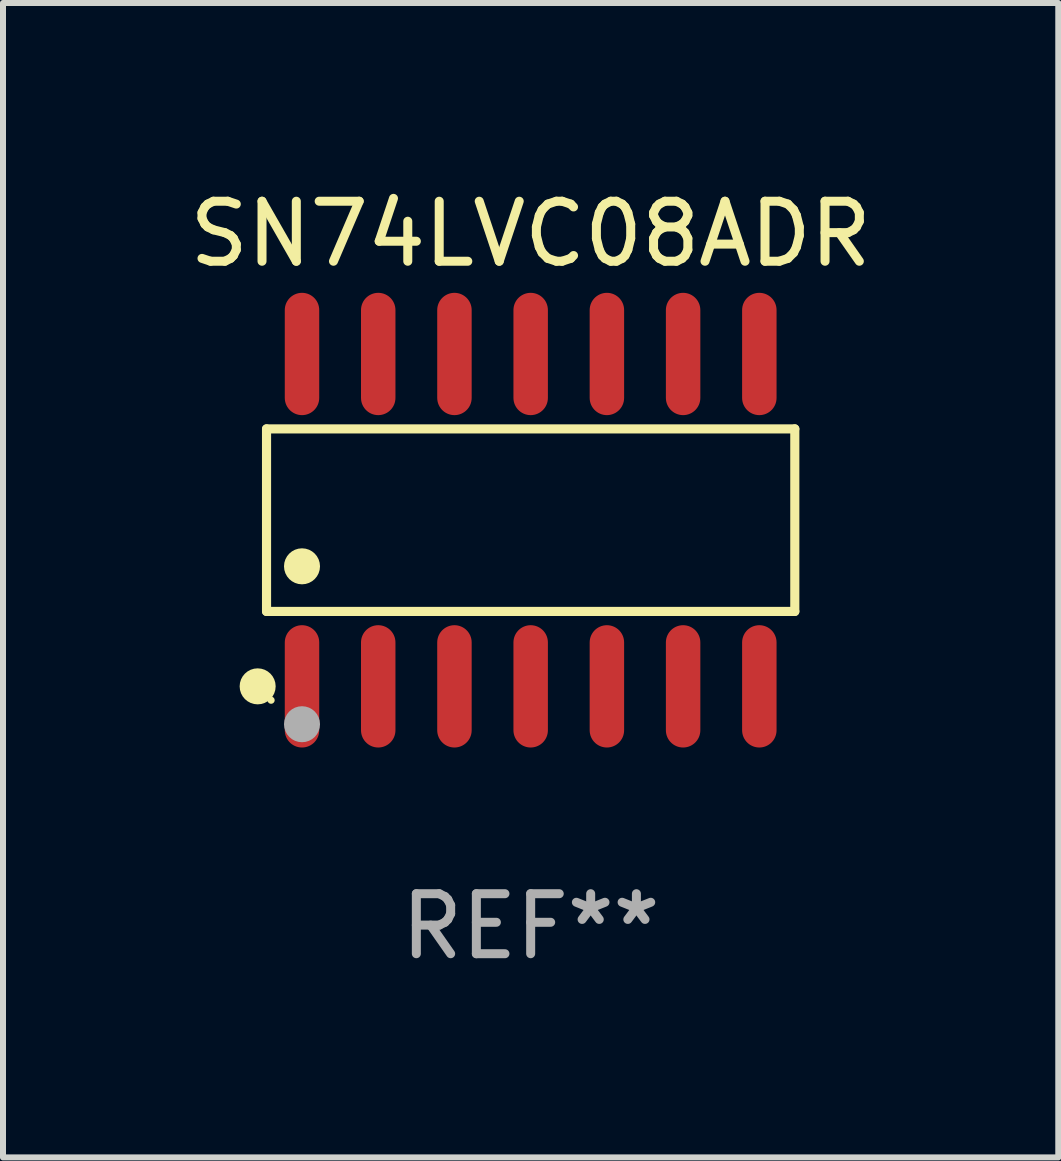
<source format=kicad_pcb>
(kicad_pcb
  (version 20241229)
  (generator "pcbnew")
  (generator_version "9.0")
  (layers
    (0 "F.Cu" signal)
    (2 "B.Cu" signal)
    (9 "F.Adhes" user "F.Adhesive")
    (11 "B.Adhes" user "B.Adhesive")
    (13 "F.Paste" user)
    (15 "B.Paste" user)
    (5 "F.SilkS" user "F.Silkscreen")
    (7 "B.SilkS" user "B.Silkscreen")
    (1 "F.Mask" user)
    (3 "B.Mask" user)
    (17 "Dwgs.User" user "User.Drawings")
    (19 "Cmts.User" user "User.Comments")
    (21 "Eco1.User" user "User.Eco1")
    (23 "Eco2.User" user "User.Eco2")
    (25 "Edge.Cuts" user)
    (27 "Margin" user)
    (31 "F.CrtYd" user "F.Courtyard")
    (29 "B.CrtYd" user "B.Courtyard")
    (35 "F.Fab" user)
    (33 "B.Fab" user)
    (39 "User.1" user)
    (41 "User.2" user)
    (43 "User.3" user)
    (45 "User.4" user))
  (footprint "SN74LVC08ADR"
    (layer "F.Cu")
    (at 5.792 5.617)
    (property "Reference" "SN74LVC08ADR" (at 0 -4.769 0) (layer "F.SilkS") (effects (font (size 1 1) (thickness 0.15))))
    (attr through_hole)
    (fp_line (start -4.401 -1.521) (end 4.401 -1.521) (stroke (width 0.152) (type solid)) (layer "F.SilkS"))
    (fp_line (start -4.401 1.521) (end -4.401 -1.521) (stroke (width 0.152) (type solid)) (layer "F.SilkS"))
    (fp_line (start 4.401 -1.521) (end 4.401 1.521) (stroke (width 0.152) (type solid)) (layer "F.SilkS"))
    (fp_line (start 4.401 1.521) (end -4.401 1.521) (stroke (width 0.152) (type solid)) (layer "F.SilkS"))
    (fp_circle (center -4.549 2.769) (end -4.399 2.769) (stroke (width 0.3) (type solid)) (fill no) (layer "F.SilkS"))
    (fp_circle (center -4.325 3) (end -4.295 3) (stroke (width 0.06) (type solid)) (fill no) (layer "F.SilkS"))
    (fp_circle (center -3.81 0.769) (end -3.66 0.769) (stroke (width 0.3) (type solid)) (fill no) (layer "F.SilkS"))
    (fp_circle (center -3.81 3.4) (end -3.66 3.4) (stroke (width 0.3) (type solid)) (fill no) (layer "F.Fab"))
    (fp_text user "REF**" (at 0 6.769 0) (layer "F.Fab") (effects (font (size 1 1) (thickness 0.15))))
    (pad "1" smd oval (at -3.81 2.769) (size 0.574 2.038) (layers "F.Cu" "F.Mask" "F.Paste"))
    (pad "2" smd oval (at -2.54 2.769) (size 0.574 2.038) (layers "F.Cu" "F.Mask" "F.Paste"))
    (pad "3" smd oval (at -1.27 2.769) (size 0.574 2.038) (layers "F.Cu" "F.Mask" "F.Paste"))
    (pad "4" smd oval (at 0 2.769) (size 0.574 2.038) (layers "F.Cu" "F.Mask" "F.Paste"))
    (pad "5" smd oval (at 1.27 2.769) (size 0.574 2.038) (layers "F.Cu" "F.Mask" "F.Paste"))
    (pad "6" smd oval (at 2.54 2.769) (size 0.574 2.038) (layers "F.Cu" "F.Mask" "F.Paste"))
    (pad "7" smd oval (at 3.81 2.769) (size 0.574 2.038) (layers "F.Cu" "F.Mask" "F.Paste"))
    (pad "8" smd oval (at 3.81 -2.769) (size 0.574 2.038) (layers "F.Cu" "F.Mask" "F.Paste"))
    (pad "9" smd oval (at 2.54 -2.769) (size 0.574 2.038) (layers "F.Cu" "F.Mask" "F.Paste"))
    (pad "10" smd oval (at 1.27 -2.769) (size 0.574 2.038) (layers "F.Cu" "F.Mask" "F.Paste"))
    (pad "11" smd oval (at 0 -2.769) (size 0.574 2.038) (layers "F.Cu" "F.Mask" "F.Paste"))
    (pad "12" smd oval (at -1.27 -2.769) (size 0.574 2.038) (layers "F.Cu" "F.Mask" "F.Paste"))
    (pad "13" smd oval (at -2.54 -2.769) (size 0.574 2.038) (layers "F.Cu" "F.Mask" "F.Paste"))
    (pad "14" smd oval (at -3.81 -2.769) (size 0.574 2.038) (layers "F.Cu" "F.Mask" "F.Paste")))
  (gr_rect
    (start -3 -3)
    (end 14.583 16.235)
    (stroke (width 0.1) (type default))
    (fill no)
    (layer "Edge.Cuts")))
</source>
